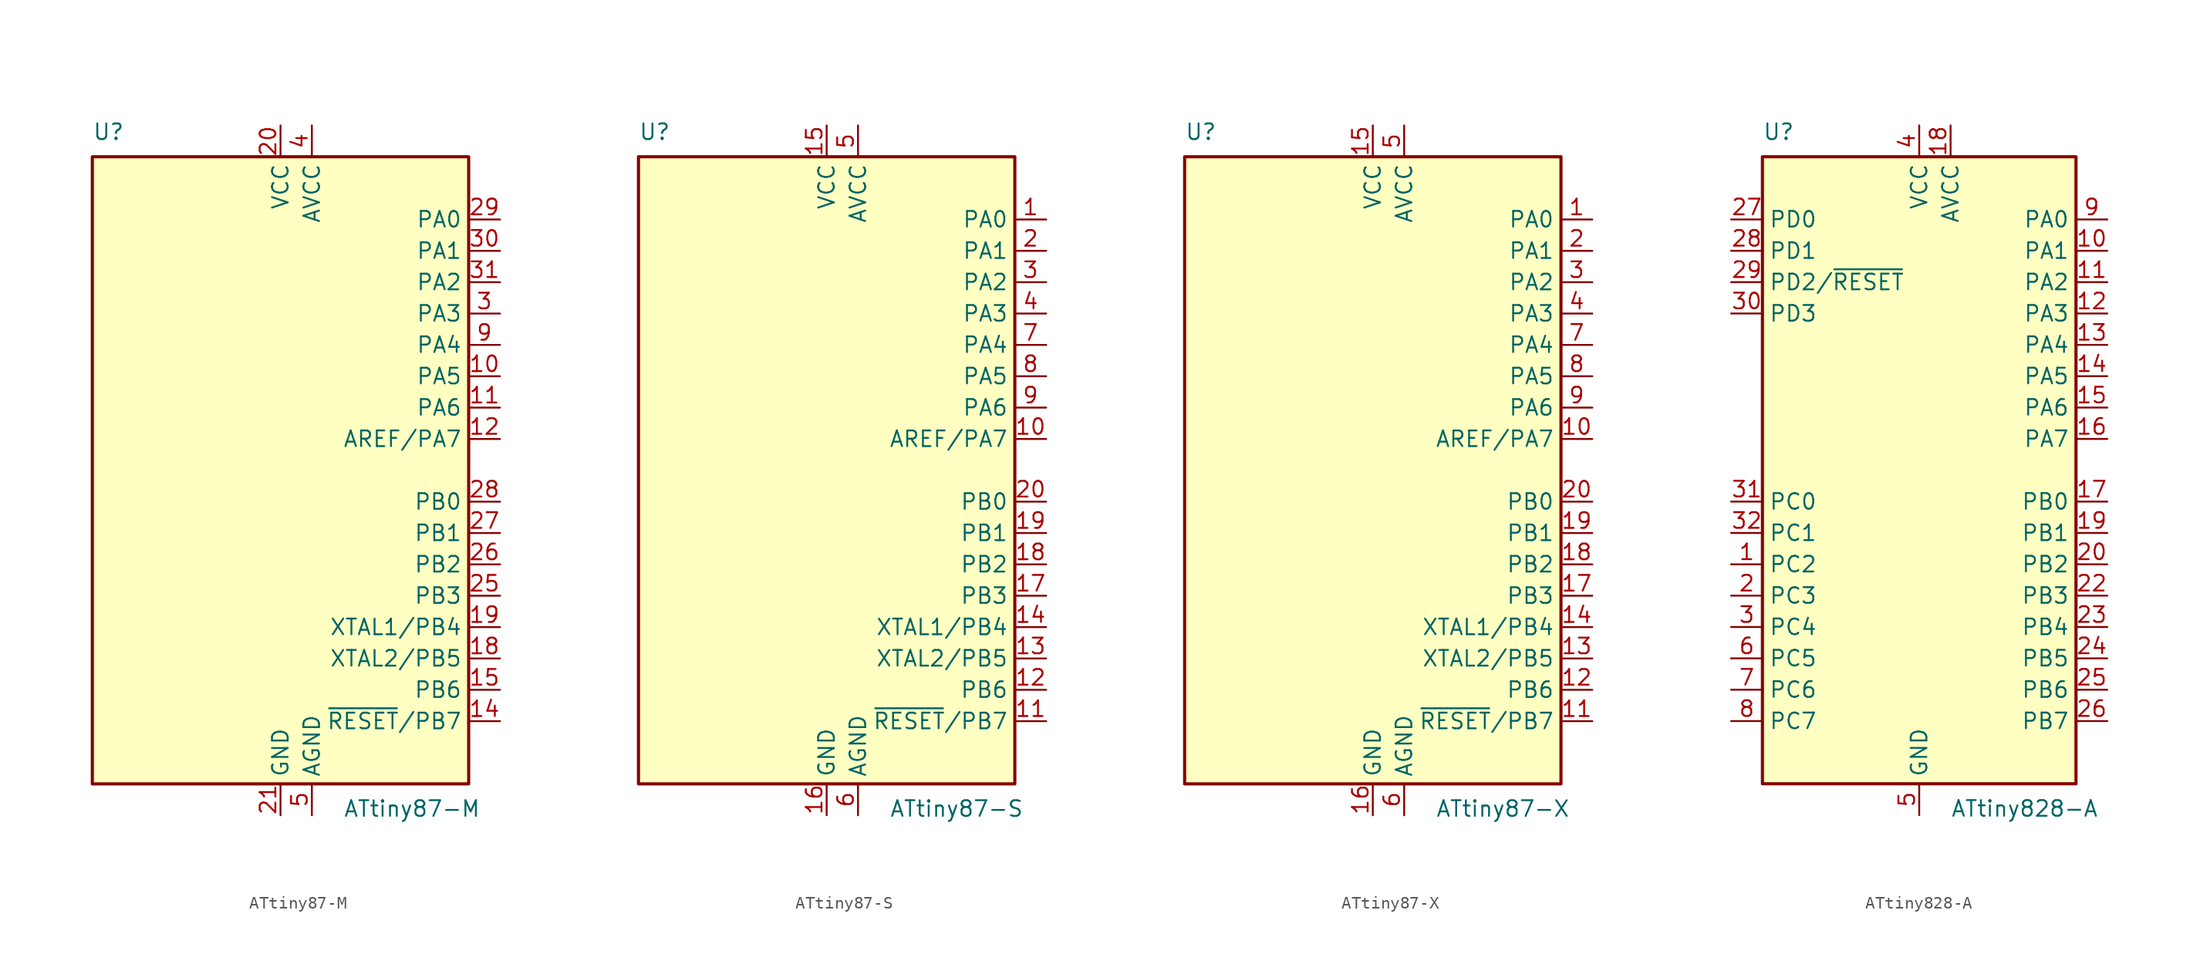
<source format=kicad_sym>
(kicad_symbol_lib
  (version 20201005)
  (generator kicad_symbol_editor)
  (symbol "MCU_Microchip_ATtiny:ATtiny87-M"
    (property "Reference" "U"
      (at -15.24 26.67 0)
      (effects (font (size 1.27 1.27)) (justify left bottom)))
    (property "Value" "ATtiny87-M"
      (at 5.08 -26.67 0)
      (effects (font (size 1.27 1.27)) (justify left top)))
    (symbol "ATtiny87-M_0_1"
      (rectangle (start -15.24 -25.4) (end 15.24 25.4) (stroke (width 0.254)) (fill (type background))))
    (symbol "ATtiny87-M_1_1"
      (pin no_connect line (at -15.24 5.08 0) (length 2.54) hide (name "NC" (effects (font (size 1.27 1.27)))) (number "1" (effects (font (size 1.27 1.27)))))
      (pin bidirectional line (at 17.78 7.62 180) (length 2.54) (name "PA5" (effects (font (size 1.27 1.27)))) (number "10" (effects (font (size 1.27 1.27)))))
      (pin bidirectional line (at 17.78 5.08 180) (length 2.54) (name "PA6" (effects (font (size 1.27 1.27)))) (number "11" (effects (font (size 1.27 1.27)))))
      (pin bidirectional line (at 17.78 2.54 180) (length 2.54) (name "AREF/PA7" (effects (font (size 1.27 1.27)))) (number "12" (effects (font (size 1.27 1.27)))))
      (pin no_connect line (at -15.24 -7.62 0) (length 2.54) hide (name "NC" (effects (font (size 1.27 1.27)))) (number "13" (effects (font (size 1.27 1.27)))))
      (pin bidirectional line (at 17.78 -20.32 180) (length 2.54) (name "~RESET~/PB7" (effects (font (size 1.27 1.27)))) (number "14" (effects (font (size 1.27 1.27)))))
      (pin bidirectional line (at 17.78 -17.78 180) (length 2.54) (name "PB6" (effects (font (size 1.27 1.27)))) (number "15" (effects (font (size 1.27 1.27)))))
      (pin no_connect line (at -15.24 -10.16 0) (length 2.54) hide (name "NC" (effects (font (size 1.27 1.27)))) (number "16" (effects (font (size 1.27 1.27)))))
      (pin no_connect line (at -15.24 -12.7 0) (length 2.54) hide (name "NC" (effects (font (size 1.27 1.27)))) (number "17" (effects (font (size 1.27 1.27)))))
      (pin bidirectional line (at 17.78 -15.24 180) (length 2.54) (name "XTAL2/PB5" (effects (font (size 1.27 1.27)))) (number "18" (effects (font (size 1.27 1.27)))))
      (pin bidirectional line (at 17.78 -12.7 180) (length 2.54) (name "XTAL1/PB4" (effects (font (size 1.27 1.27)))) (number "19" (effects (font (size 1.27 1.27)))))
      (pin no_connect line (at -15.24 2.54 0) (length 2.54) hide (name "NC" (effects (font (size 1.27 1.27)))) (number "2" (effects (font (size 1.27 1.27)))))
      (pin power_in line (at 0 27.94 270) (length 2.54) (name "VCC" (effects (font (size 1.27 1.27)))) (number "20" (effects (font (size 1.27 1.27)))))
      (pin power_in line (at 0 -27.94 90) (length 2.54) (name "GND" (effects (font (size 1.27 1.27)))) (number "21" (effects (font (size 1.27 1.27)))))
      (pin no_connect line (at -15.24 -15.24 0) (length 2.54) hide (name "NC" (effects (font (size 1.27 1.27)))) (number "22" (effects (font (size 1.27 1.27)))))
      (pin no_connect line (at -15.24 -17.78 0) (length 2.54) hide (name "NC" (effects (font (size 1.27 1.27)))) (number "23" (effects (font (size 1.27 1.27)))))
      (pin no_connect line (at -15.24 -20.32 0) (length 2.54) hide (name "NC" (effects (font (size 1.27 1.27)))) (number "24" (effects (font (size 1.27 1.27)))))
      (pin bidirectional line (at 17.78 -10.16 180) (length 2.54) (name "PB3" (effects (font (size 1.27 1.27)))) (number "25" (effects (font (size 1.27 1.27)))))
      (pin bidirectional line (at 17.78 -7.62 180) (length 2.54) (name "PB2" (effects (font (size 1.27 1.27)))) (number "26" (effects (font (size 1.27 1.27)))))
      (pin bidirectional line (at 17.78 -5.08 180) (length 2.54) (name "PB1" (effects (font (size 1.27 1.27)))) (number "27" (effects (font (size 1.27 1.27)))))
      (pin bidirectional line (at 17.78 -2.54 180) (length 2.54) (name "PB0" (effects (font (size 1.27 1.27)))) (number "28" (effects (font (size 1.27 1.27)))))
      (pin bidirectional line (at 17.78 20.32 180) (length 2.54) (name "PA0" (effects (font (size 1.27 1.27)))) (number "29" (effects (font (size 1.27 1.27)))))
      (pin bidirectional line (at 17.78 12.7 180) (length 2.54) (name "PA3" (effects (font (size 1.27 1.27)))) (number "3" (effects (font (size 1.27 1.27)))))
      (pin bidirectional line (at 17.78 17.78 180) (length 2.54) (name "PA1" (effects (font (size 1.27 1.27)))) (number "30" (effects (font (size 1.27 1.27)))))
      (pin bidirectional line (at 17.78 15.24 180) (length 2.54) (name "PA2" (effects (font (size 1.27 1.27)))) (number "31" (effects (font (size 1.27 1.27)))))
      (pin no_connect line (at -15.24 -22.86 0) (length 2.54) hide (name "NC" (effects (font (size 1.27 1.27)))) (number "32" (effects (font (size 1.27 1.27)))))
      (pin passive line (at 0 -27.94 90) (length 2.54) hide (name "GND" (effects (font (size 1.27 1.27)))) (number "33" (effects (font (size 1.27 1.27)))))
      (pin power_in line (at 2.54 27.94 270) (length 2.54) (name "AVCC" (effects (font (size 1.27 1.27)))) (number "4" (effects (font (size 1.27 1.27)))))
      (pin power_in line (at 2.54 -27.94 90) (length 2.54) (name "AGND" (effects (font (size 1.27 1.27)))) (number "5" (effects (font (size 1.27 1.27)))))
      (pin no_connect line (at -15.24 0 0) (length 2.54) hide (name "NC" (effects (font (size 1.27 1.27)))) (number "6" (effects (font (size 1.27 1.27)))))
      (pin no_connect line (at -15.24 -2.54 0) (length 2.54) hide (name "NC" (effects (font (size 1.27 1.27)))) (number "7" (effects (font (size 1.27 1.27)))))
      (pin no_connect line (at -15.24 -5.08 0) (length 2.54) hide (name "NC" (effects (font (size 1.27 1.27)))) (number "8" (effects (font (size 1.27 1.27)))))
      (pin bidirectional line (at 17.78 10.16 180) (length 2.54) (name "PA4" (effects (font (size 1.27 1.27)))) (number "9" (effects (font (size 1.27 1.27)))))))
  (symbol "MCU_Microchip_ATtiny:ATtiny87-S"
    (property "Reference" "U"
      (at -15.24 26.67 0)
      (effects (font (size 1.27 1.27)) (justify left bottom)))
    (property "Value" "ATtiny87-S"
      (at 5.08 -26.67 0)
      (effects (font (size 1.27 1.27)) (justify left top)))
    (symbol "ATtiny87-S_0_1"
      (rectangle (start -15.24 -25.4) (end 15.24 25.4) (stroke (width 0.254)) (fill (type background))))
    (symbol "ATtiny87-S_1_1"
      (pin bidirectional line (at 17.78 20.32 180) (length 2.54) (name "PA0" (effects (font (size 1.27 1.27)))) (number "1" (effects (font (size 1.27 1.27)))))
      (pin bidirectional line (at 17.78 2.54 180) (length 2.54) (name "AREF/PA7" (effects (font (size 1.27 1.27)))) (number "10" (effects (font (size 1.27 1.27)))))
      (pin bidirectional line (at 17.78 -20.32 180) (length 2.54) (name "~RESET~/PB7" (effects (font (size 1.27 1.27)))) (number "11" (effects (font (size 1.27 1.27)))))
      (pin bidirectional line (at 17.78 -17.78 180) (length 2.54) (name "PB6" (effects (font (size 1.27 1.27)))) (number "12" (effects (font (size 1.27 1.27)))))
      (pin bidirectional line (at 17.78 -15.24 180) (length 2.54) (name "XTAL2/PB5" (effects (font (size 1.27 1.27)))) (number "13" (effects (font (size 1.27 1.27)))))
      (pin bidirectional line (at 17.78 -12.7 180) (length 2.54) (name "XTAL1/PB4" (effects (font (size 1.27 1.27)))) (number "14" (effects (font (size 1.27 1.27)))))
      (pin power_in line (at 0 27.94 270) (length 2.54) (name "VCC" (effects (font (size 1.27 1.27)))) (number "15" (effects (font (size 1.27 1.27)))))
      (pin power_in line (at 0 -27.94 90) (length 2.54) (name "GND" (effects (font (size 1.27 1.27)))) (number "16" (effects (font (size 1.27 1.27)))))
      (pin bidirectional line (at 17.78 -10.16 180) (length 2.54) (name "PB3" (effects (font (size 1.27 1.27)))) (number "17" (effects (font (size 1.27 1.27)))))
      (pin bidirectional line (at 17.78 -7.62 180) (length 2.54) (name "PB2" (effects (font (size 1.27 1.27)))) (number "18" (effects (font (size 1.27 1.27)))))
      (pin bidirectional line (at 17.78 -5.08 180) (length 2.54) (name "PB1" (effects (font (size 1.27 1.27)))) (number "19" (effects (font (size 1.27 1.27)))))
      (pin bidirectional line (at 17.78 17.78 180) (length 2.54) (name "PA1" (effects (font (size 1.27 1.27)))) (number "2" (effects (font (size 1.27 1.27)))))
      (pin bidirectional line (at 17.78 -2.54 180) (length 2.54) (name "PB0" (effects (font (size 1.27 1.27)))) (number "20" (effects (font (size 1.27 1.27)))))
      (pin bidirectional line (at 17.78 15.24 180) (length 2.54) (name "PA2" (effects (font (size 1.27 1.27)))) (number "3" (effects (font (size 1.27 1.27)))))
      (pin bidirectional line (at 17.78 12.7 180) (length 2.54) (name "PA3" (effects (font (size 1.27 1.27)))) (number "4" (effects (font (size 1.27 1.27)))))
      (pin power_in line (at 2.54 27.94 270) (length 2.54) (name "AVCC" (effects (font (size 1.27 1.27)))) (number "5" (effects (font (size 1.27 1.27)))))
      (pin power_in line (at 2.54 -27.94 90) (length 2.54) (name "AGND" (effects (font (size 1.27 1.27)))) (number "6" (effects (font (size 1.27 1.27)))))
      (pin bidirectional line (at 17.78 10.16 180) (length 2.54) (name "PA4" (effects (font (size 1.27 1.27)))) (number "7" (effects (font (size 1.27 1.27)))))
      (pin bidirectional line (at 17.78 7.62 180) (length 2.54) (name "PA5" (effects (font (size 1.27 1.27)))) (number "8" (effects (font (size 1.27 1.27)))))
      (pin bidirectional line (at 17.78 5.08 180) (length 2.54) (name "PA6" (effects (font (size 1.27 1.27)))) (number "9" (effects (font (size 1.27 1.27)))))))
  (symbol "MCU_Microchip_ATtiny:ATtiny87-X"
    (property "Reference" "U"
      (at -15.24 26.67 0)
      (effects (font (size 1.27 1.27)) (justify left bottom)))
    (property "Value" "ATtiny87-X"
      (at 5.08 -26.67 0)
      (effects (font (size 1.27 1.27)) (justify left top)))
    (symbol "ATtiny87-X_0_1"
      (rectangle (start -15.24 -25.4) (end 15.24 25.4) (stroke (width 0.254)) (fill (type background))))
    (symbol "ATtiny87-X_1_1"
      (pin bidirectional line (at 17.78 20.32 180) (length 2.54) (name "PA0" (effects (font (size 1.27 1.27)))) (number "1" (effects (font (size 1.27 1.27)))))
      (pin bidirectional line (at 17.78 2.54 180) (length 2.54) (name "AREF/PA7" (effects (font (size 1.27 1.27)))) (number "10" (effects (font (size 1.27 1.27)))))
      (pin bidirectional line (at 17.78 -20.32 180) (length 2.54) (name "~RESET~/PB7" (effects (font (size 1.27 1.27)))) (number "11" (effects (font (size 1.27 1.27)))))
      (pin bidirectional line (at 17.78 -17.78 180) (length 2.54) (name "PB6" (effects (font (size 1.27 1.27)))) (number "12" (effects (font (size 1.27 1.27)))))
      (pin bidirectional line (at 17.78 -15.24 180) (length 2.54) (name "XTAL2/PB5" (effects (font (size 1.27 1.27)))) (number "13" (effects (font (size 1.27 1.27)))))
      (pin bidirectional line (at 17.78 -12.7 180) (length 2.54) (name "XTAL1/PB4" (effects (font (size 1.27 1.27)))) (number "14" (effects (font (size 1.27 1.27)))))
      (pin power_in line (at 0 27.94 270) (length 2.54) (name "VCC" (effects (font (size 1.27 1.27)))) (number "15" (effects (font (size 1.27 1.27)))))
      (pin power_in line (at 0 -27.94 90) (length 2.54) (name "GND" (effects (font (size 1.27 1.27)))) (number "16" (effects (font (size 1.27 1.27)))))
      (pin bidirectional line (at 17.78 -10.16 180) (length 2.54) (name "PB3" (effects (font (size 1.27 1.27)))) (number "17" (effects (font (size 1.27 1.27)))))
      (pin bidirectional line (at 17.78 -7.62 180) (length 2.54) (name "PB2" (effects (font (size 1.27 1.27)))) (number "18" (effects (font (size 1.27 1.27)))))
      (pin bidirectional line (at 17.78 -5.08 180) (length 2.54) (name "PB1" (effects (font (size 1.27 1.27)))) (number "19" (effects (font (size 1.27 1.27)))))
      (pin bidirectional line (at 17.78 17.78 180) (length 2.54) (name "PA1" (effects (font (size 1.27 1.27)))) (number "2" (effects (font (size 1.27 1.27)))))
      (pin bidirectional line (at 17.78 -2.54 180) (length 2.54) (name "PB0" (effects (font (size 1.27 1.27)))) (number "20" (effects (font (size 1.27 1.27)))))
      (pin bidirectional line (at 17.78 15.24 180) (length 2.54) (name "PA2" (effects (font (size 1.27 1.27)))) (number "3" (effects (font (size 1.27 1.27)))))
      (pin bidirectional line (at 17.78 12.7 180) (length 2.54) (name "PA3" (effects (font (size 1.27 1.27)))) (number "4" (effects (font (size 1.27 1.27)))))
      (pin power_in line (at 2.54 27.94 270) (length 2.54) (name "AVCC" (effects (font (size 1.27 1.27)))) (number "5" (effects (font (size 1.27 1.27)))))
      (pin power_in line (at 2.54 -27.94 90) (length 2.54) (name "AGND" (effects (font (size 1.27 1.27)))) (number "6" (effects (font (size 1.27 1.27)))))
      (pin bidirectional line (at 17.78 10.16 180) (length 2.54) (name "PA4" (effects (font (size 1.27 1.27)))) (number "7" (effects (font (size 1.27 1.27)))))
      (pin bidirectional line (at 17.78 7.62 180) (length 2.54) (name "PA5" (effects (font (size 1.27 1.27)))) (number "8" (effects (font (size 1.27 1.27)))))
      (pin bidirectional line (at 17.78 5.08 180) (length 2.54) (name "PA6" (effects (font (size 1.27 1.27)))) (number "9" (effects (font (size 1.27 1.27)))))))
  (symbol "MCU_Microchip_ATtiny:ATtiny828-A"
    (property "Reference" "U"
      (at -12.7 26.67 0)
      (effects (font (size 1.27 1.27)) (justify left bottom)))
    (property "Value" "ATtiny828-A"
      (at 2.54 -26.67 0)
      (effects (font (size 1.27 1.27)) (justify left top)))
    (symbol "ATtiny828-A_0_1"
      (rectangle (start -12.7 -25.4) (end 12.7 25.4) (stroke (width 0.254)) (fill (type background))))
    (symbol "ATtiny828-A_1_1"
      (pin bidirectional line (at -15.24 -7.62 0) (length 2.54) (name "PC2" (effects (font (size 1.27 1.27)))) (number "1" (effects (font (size 1.27 1.27)))))
      (pin bidirectional line (at 15.24 17.78 180) (length 2.54) (name "PA1" (effects (font (size 1.27 1.27)))) (number "10" (effects (font (size 1.27 1.27)))))
      (pin bidirectional line (at 15.24 15.24 180) (length 2.54) (name "PA2" (effects (font (size 1.27 1.27)))) (number "11" (effects (font (size 1.27 1.27)))))
      (pin bidirectional line (at 15.24 12.7 180) (length 2.54) (name "PA3" (effects (font (size 1.27 1.27)))) (number "12" (effects (font (size 1.27 1.27)))))
      (pin bidirectional line (at 15.24 10.16 180) (length 2.54) (name "PA4" (effects (font (size 1.27 1.27)))) (number "13" (effects (font (size 1.27 1.27)))))
      (pin bidirectional line (at 15.24 7.62 180) (length 2.54) (name "PA5" (effects (font (size 1.27 1.27)))) (number "14" (effects (font (size 1.27 1.27)))))
      (pin bidirectional line (at 15.24 5.08 180) (length 2.54) (name "PA6" (effects (font (size 1.27 1.27)))) (number "15" (effects (font (size 1.27 1.27)))))
      (pin bidirectional line (at 15.24 2.54 180) (length 2.54) (name "PA7" (effects (font (size 1.27 1.27)))) (number "16" (effects (font (size 1.27 1.27)))))
      (pin bidirectional line (at 15.24 -2.54 180) (length 2.54) (name "PB0" (effects (font (size 1.27 1.27)))) (number "17" (effects (font (size 1.27 1.27)))))
      (pin power_in line (at 2.54 27.94 270) (length 2.54) (name "AVCC" (effects (font (size 1.27 1.27)))) (number "18" (effects (font (size 1.27 1.27)))))
      (pin bidirectional line (at 15.24 -5.08 180) (length 2.54) (name "PB1" (effects (font (size 1.27 1.27)))) (number "19" (effects (font (size 1.27 1.27)))))
      (pin bidirectional line (at -15.24 -10.16 0) (length 2.54) (name "PC3" (effects (font (size 1.27 1.27)))) (number "2" (effects (font (size 1.27 1.27)))))
      (pin bidirectional line (at 15.24 -7.62 180) (length 2.54) (name "PB2" (effects (font (size 1.27 1.27)))) (number "20" (effects (font (size 1.27 1.27)))))
      (pin passive line (at 0 -27.94 90) (length 2.54) hide (name "GND" (effects (font (size 1.27 1.27)))) (number "21" (effects (font (size 1.27 1.27)))))
      (pin bidirectional line (at 15.24 -10.16 180) (length 2.54) (name "PB3" (effects (font (size 1.27 1.27)))) (number "22" (effects (font (size 1.27 1.27)))))
      (pin bidirectional line (at 15.24 -12.7 180) (length 2.54) (name "PB4" (effects (font (size 1.27 1.27)))) (number "23" (effects (font (size 1.27 1.27)))))
      (pin bidirectional line (at 15.24 -15.24 180) (length 2.54) (name "PB5" (effects (font (size 1.27 1.27)))) (number "24" (effects (font (size 1.27 1.27)))))
      (pin bidirectional line (at 15.24 -17.78 180) (length 2.54) (name "PB6" (effects (font (size 1.27 1.27)))) (number "25" (effects (font (size 1.27 1.27)))))
      (pin bidirectional line (at 15.24 -20.32 180) (length 2.54) (name "PB7" (effects (font (size 1.27 1.27)))) (number "26" (effects (font (size 1.27 1.27)))))
      (pin bidirectional line (at -15.24 20.32 0) (length 2.54) (name "PD0" (effects (font (size 1.27 1.27)))) (number "27" (effects (font (size 1.27 1.27)))))
      (pin bidirectional line (at -15.24 17.78 0) (length 2.54) (name "PD1" (effects (font (size 1.27 1.27)))) (number "28" (effects (font (size 1.27 1.27)))))
      (pin bidirectional line (at -15.24 15.24 0) (length 2.54) (name "PD2/~RESET" (effects (font (size 1.27 1.27)))) (number "29" (effects (font (size 1.27 1.27)))))
      (pin bidirectional line (at -15.24 -12.7 0) (length 2.54) (name "PC4" (effects (font (size 1.27 1.27)))) (number "3" (effects (font (size 1.27 1.27)))))
      (pin bidirectional line (at -15.24 12.7 0) (length 2.54) (name "PD3" (effects (font (size 1.27 1.27)))) (number "30" (effects (font (size 1.27 1.27)))))
      (pin bidirectional line (at -15.24 -2.54 0) (length 2.54) (name "PC0" (effects (font (size 1.27 1.27)))) (number "31" (effects (font (size 1.27 1.27)))))
      (pin bidirectional line (at -15.24 -5.08 0) (length 2.54) (name "PC1" (effects (font (size 1.27 1.27)))) (number "32" (effects (font (size 1.27 1.27)))))
      (pin power_in line (at 0 27.94 270) (length 2.54) (name "VCC" (effects (font (size 1.27 1.27)))) (number "4" (effects (font (size 1.27 1.27)))))
      (pin power_in line (at 0 -27.94 90) (length 2.54) (name "GND" (effects (font (size 1.27 1.27)))) (number "5" (effects (font (size 1.27 1.27)))))
      (pin bidirectional line (at -15.24 -15.24 0) (length 2.54) (name "PC5" (effects (font (size 1.27 1.27)))) (number "6" (effects (font (size 1.27 1.27)))))
      (pin bidirectional line (at -15.24 -17.78 0) (length 2.54) (name "PC6" (effects (font (size 1.27 1.27)))) (number "7" (effects (font (size 1.27 1.27)))))
      (pin bidirectional line (at -15.24 -20.32 0) (length 2.54) (name "PC7" (effects (font (size 1.27 1.27)))) (number "8" (effects (font (size 1.27 1.27)))))
      (pin bidirectional line (at 15.24 20.32 180) (length 2.54) (name "PA0" (effects (font (size 1.27 1.27)))) (number "9" (effects (font (size 1.27 1.27))))))))
</source>
